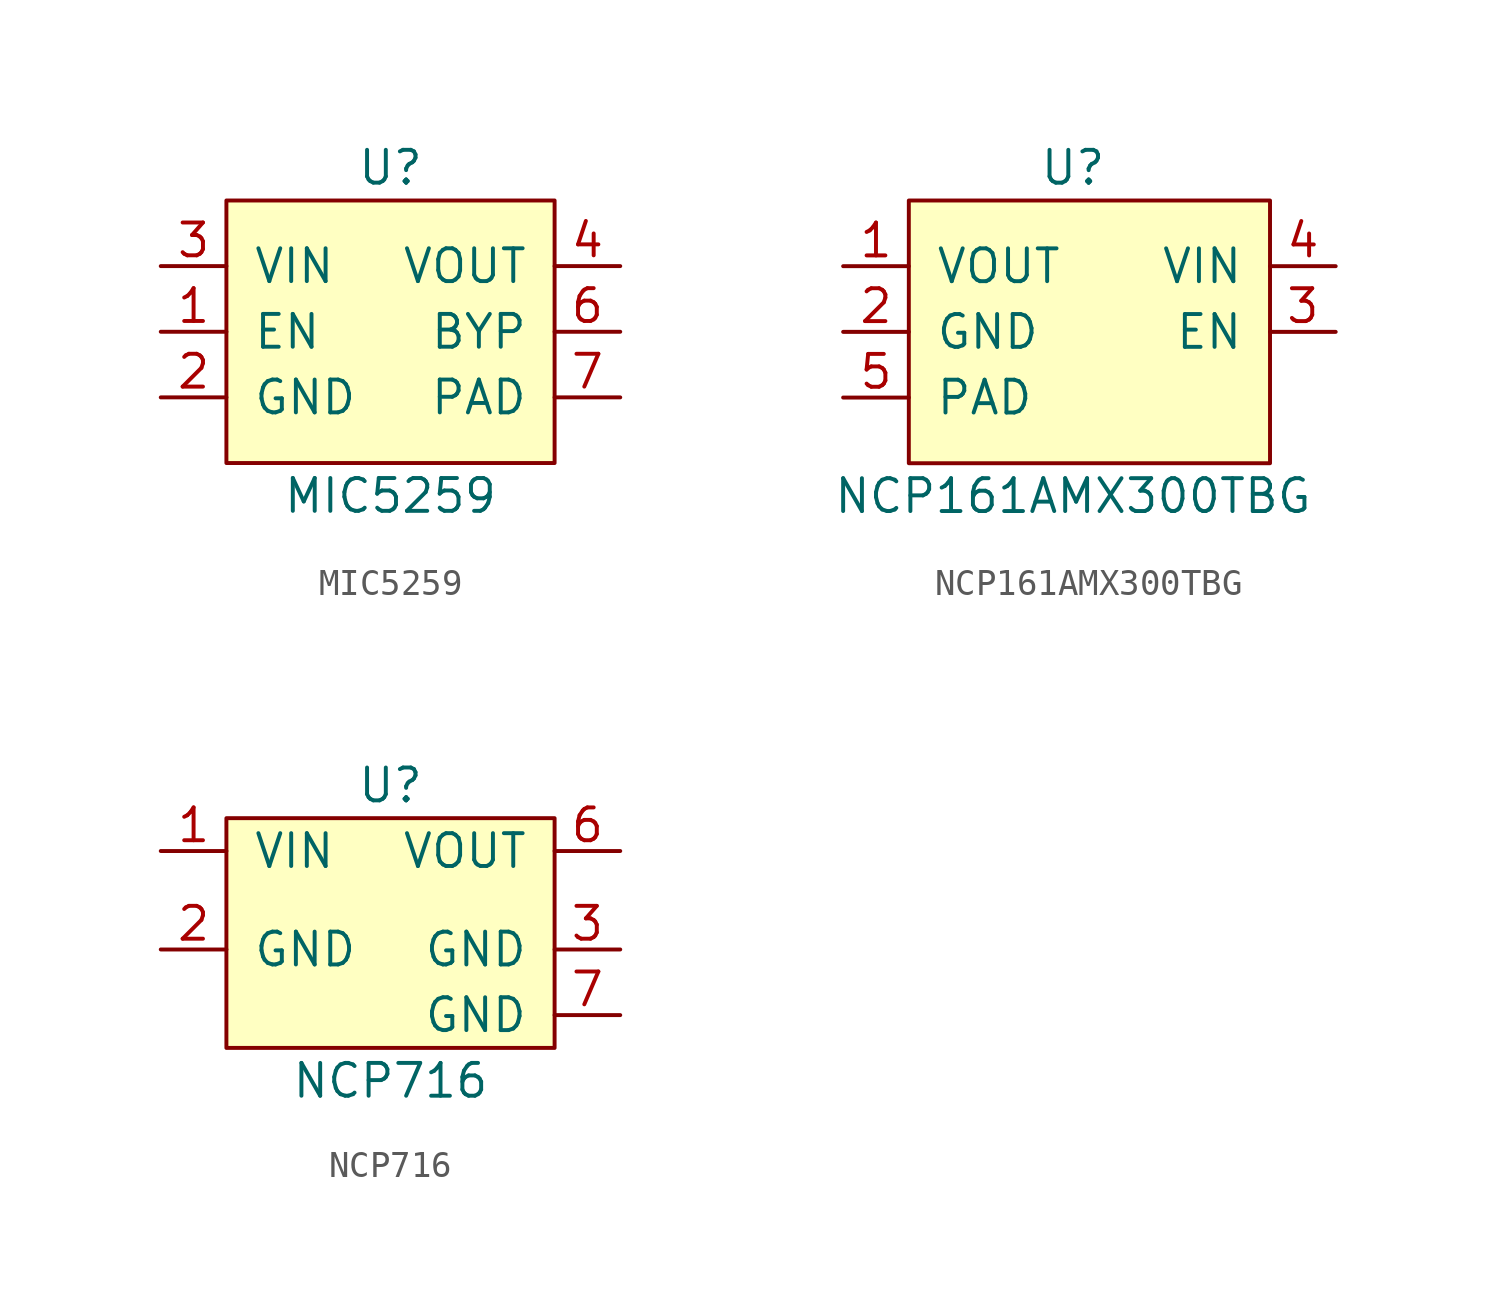
<source format=kicad_sym>
(kicad_symbol_lib
  (version 20211014)
  (generator kicad_symbol_editor)
  (symbol "MIC5259"
    (pin_names
      (offset 1.016))
    (property "Reference" "U"
      (at 6.35 1.27 0)
      (effects (font (size 1.27 1.27))))
    (property "Value" "MIC5259"
      (at 6.35 -11.43 0)
      (effects (font (size 1.27 1.27))))
    (symbol "MIC5259_0_1"
      (rectangle (start 0 0) (end 12.7 -10.16) (stroke (width 0) (type default) (color 0 0 0 0)) (fill (type background))))
    (symbol "MIC5259_1_1"
      (pin input line (at -2.54 -5.08 0) (length 2.54) (name "EN" (effects (font (size 1.27 1.27)))) (number "1" (effects (font (size 1.27 1.27)))))
      (pin power_in line (at -2.54 -7.62 0) (length 2.54) (name "GND" (effects (font (size 1.27 1.27)))) (number "2" (effects (font (size 1.27 1.27)))))
      (pin power_in line (at -2.54 -2.54 0) (length 2.54) (name "VIN" (effects (font (size 1.27 1.27)))) (number "3" (effects (font (size 1.27 1.27)))))
      (pin power_out line (at 15.24 -2.54 180) (length 2.54) (name "VOUT" (effects (font (size 1.27 1.27)))) (number "4" (effects (font (size 1.27 1.27)))))
      (pin passive line (at 15.24 -5.08 180) (length 2.54) (name "BYP" (effects (font (size 1.27 1.27)))) (number "6" (effects (font (size 1.27 1.27)))))
      (pin passive line (at 15.24 -7.62 180) (length 2.54) (name "PAD" (effects (font (size 1.27 1.27)))) (number "7" (effects (font (size 1.27 1.27)))))))
  (symbol "NCP161AMX300TBG"
    (pin_names
      (offset 1.016))
    (property "Reference" "U"
      (at 6.35 1.27 0)
      (effects (font (size 1.27 1.27))))
    (property "Value" "NCP161AMX300TBG"
      (at 6.35 -11.43 0)
      (effects (font (size 1.27 1.27))))
    (symbol "NCP161AMX300TBG_0_1"
      (rectangle (start 0 0) (end 13.97 -10.16) (stroke (width 0) (type default) (color 0 0 0 0)) (fill (type background))))
    (symbol "NCP161AMX300TBG_1_1"
      (pin power_out line (at -2.54 -2.54 0) (length 2.54) (name "VOUT" (effects (font (size 1.27 1.27)))) (number "1" (effects (font (size 1.27 1.27)))))
      (pin power_in line (at -2.54 -5.08 0) (length 2.54) (name "GND" (effects (font (size 1.27 1.27)))) (number "2" (effects (font (size 1.27 1.27)))))
      (pin input line (at 16.51 -5.08 180) (length 2.54) (name "EN" (effects (font (size 1.27 1.27)))) (number "3" (effects (font (size 1.27 1.27)))))
      (pin power_in line (at 16.51 -2.54 180) (length 2.54) (name "VIN" (effects (font (size 1.27 1.27)))) (number "4" (effects (font (size 1.27 1.27)))))
      (pin power_in line (at -2.54 -7.62 0) (length 2.54) (name "PAD" (effects (font (size 1.27 1.27)))) (number "5" (effects (font (size 1.27 1.27)))))))
  (symbol "NCP716"
    (pin_names
      (offset 1.016))
    (property "Reference" "U"
      (at 0 6.35 0)
      (effects (font (size 1.27 1.27))))
    (property "Value" "NCP716"
      (at 0 -5.08 0)
      (effects (font (size 1.27 1.27))))
    (symbol "NCP716_0_1"
      (rectangle (start -6.35 5.08) (end 6.35 -3.81) (stroke (width 0) (type default) (color 0 0 0 0)) (fill (type background))))
    (symbol "NCP716_1_1"
      (pin power_in line (at -8.89 3.81 0) (length 2.54) (name "VIN" (effects (font (size 1.27 1.27)))) (number "1" (effects (font (size 1.27 1.27)))))
      (pin power_in line (at -8.89 0 0) (length 2.54) (name "GND" (effects (font (size 1.27 1.27)))) (number "2" (effects (font (size 1.27 1.27)))))
      (pin power_in line (at 8.89 0 180) (length 2.54) (name "GND" (effects (font (size 1.27 1.27)))) (number "3" (effects (font (size 1.27 1.27)))))
      (pin power_out line (at 8.89 3.81 180) (length 2.54) (name "VOUT" (effects (font (size 1.27 1.27)))) (number "6" (effects (font (size 1.27 1.27)))))
      (pin passive line (at 8.89 -2.54 180) (length 2.54) (name "GND" (effects (font (size 1.27 1.27)))) (number "7" (effects (font (size 1.27 1.27))))))))
</source>
